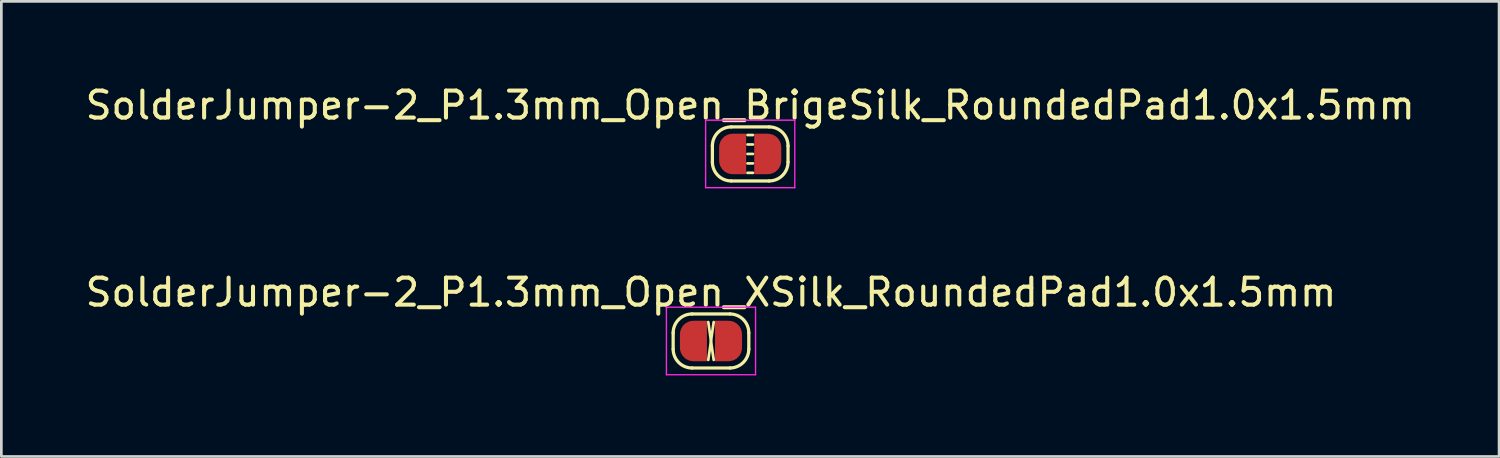
<source format=kicad_pcb>
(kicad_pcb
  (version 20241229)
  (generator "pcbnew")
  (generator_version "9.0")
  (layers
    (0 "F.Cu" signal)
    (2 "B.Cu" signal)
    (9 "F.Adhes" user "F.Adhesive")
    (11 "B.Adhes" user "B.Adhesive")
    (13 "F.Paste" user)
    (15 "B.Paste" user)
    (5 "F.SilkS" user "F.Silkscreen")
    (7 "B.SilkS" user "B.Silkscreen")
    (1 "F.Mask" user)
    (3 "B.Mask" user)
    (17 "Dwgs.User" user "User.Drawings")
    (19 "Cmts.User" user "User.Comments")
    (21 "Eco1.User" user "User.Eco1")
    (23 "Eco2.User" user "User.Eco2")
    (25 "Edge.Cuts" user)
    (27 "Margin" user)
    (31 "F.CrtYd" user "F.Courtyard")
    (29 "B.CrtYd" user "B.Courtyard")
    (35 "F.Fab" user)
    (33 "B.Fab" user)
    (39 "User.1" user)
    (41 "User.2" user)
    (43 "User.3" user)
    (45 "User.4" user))
  (footprint "SolderJumper-2_P1.3mm_Open_XSilk_RoundedPad1.0x1.5mm"
    (layer "F.Cu")
    (at 23.268 9.572)
    (property "Reference" "SolderJumper-2_P1.3mm_Open_XSilk_RoundedPad1.0x1.5mm" (at 0 -1.8 0) (layer "F.SilkS") (effects (font (size 1 1) (thickness 0.15))))
    (attr exclude_from_pos_files exclude_from_bom)
    (fp_line (start -1.4 0.3) (end -1.4 -0.3) (stroke (width 0.12) (type solid)) (layer "F.SilkS"))
    (fp_line (start -0.7 -1) (end 0.7 -1) (stroke (width 0.12) (type solid)) (layer "F.SilkS"))
    (fp_line (start -0.1 -0.7) (end 0.1 0.7) (stroke (width 0.1) (type default)) (layer "F.SilkS"))
    (fp_line (start -0.1 0.7) (end 0.1 -0.7) (stroke (width 0.1) (type default)) (layer "F.SilkS"))
    (fp_line (start 0.7 1) (end -0.7 1) (stroke (width 0.12) (type solid)) (layer "F.SilkS"))
    (fp_line (start 1.4 -0.3) (end 1.4 0.3) (stroke (width 0.12) (type solid)) (layer "F.SilkS"))
    (fp_arc (start -1.4 -0.3) (mid -1.194975 -0.794975) (end -0.7 -1) (stroke (width 0.12) (type solid)) (layer "F.SilkS"))
    (fp_arc (start -0.7 1) (mid -1.194975 0.794975) (end -1.4 0.3) (stroke (width 0.12) (type solid)) (layer "F.SilkS"))
    (fp_arc (start 0.7 -1) (mid 1.194975 -0.794975) (end 1.4 -0.3) (stroke (width 0.12) (type solid)) (layer "F.SilkS"))
    (fp_arc (start 1.4 0.3) (mid 1.194975 0.794975) (end 0.7 1) (stroke (width 0.12) (type solid)) (layer "F.SilkS"))
    (fp_line (start -1.65 -1.25) (end -1.65 1.25) (stroke (width 0.05) (type solid)) (layer "F.CrtYd"))
    (fp_line (start -1.65 -1.25) (end 1.65 -1.25) (stroke (width 0.05) (type solid)) (layer "F.CrtYd"))
    (fp_line (start 1.65 1.25) (end -1.65 1.25) (stroke (width 0.05) (type solid)) (layer "F.CrtYd"))
    (fp_line (start 1.65 1.25) (end 1.65 -1.25) (stroke (width 0.05) (type solid)) (layer "F.CrtYd"))
    (pad "1" smd custom (at -0.65 0) (size 1 0.5) (layers "F.Cu" "F.Mask") (options (anchor rect)) (primitives (gr_circle (center 0 0.25) (end 0.5 0.25) (width 0) (fill yes)) (gr_circle (center 0 -0.25) (end 0.5 -0.25) (width 0) (fill yes)) (gr_poly (pts (xy 0.5 0.75) (xy 0 0.75) (xy 0 -0.75) (xy 0.5 -0.75)) (width 0) (fill yes))))
    (pad "2" smd custom (at 0.65 0) (size 1 0.5) (layers "F.Cu" "F.Mask") (options (anchor rect)) (primitives (gr_circle (center 0 0.25) (end 0.5 0.25) (width 0) (fill yes)) (gr_circle (center 0 -0.25) (end 0.5 -0.25) (width 0) (fill yes)) (gr_poly (pts (xy 0 0.75) (xy -0.5 0.75) (xy -0.5 -0.75) (xy 0 -0.75)) (width 0) (fill yes)))))
  (footprint "SolderJumper-2_P1.3mm_Open_BrigeSilk_RoundedPad1.0x1.5mm"
    (layer "F.Cu")
    (at 24.72 2.648)
    (property "Reference" "SolderJumper-2_P1.3mm_Open_BrigeSilk_RoundedPad1.0x1.5mm" (at 0 -1.8 0) (layer "F.SilkS") (effects (font (size 1 1) (thickness 0.15))))
    (attr exclude_from_pos_files exclude_from_bom)
    (fp_line (start -1.4 0.3) (end -1.4 -0.3) (stroke (width 0.12) (type solid)) (layer "F.SilkS"))
    (fp_line (start -0.7 -1) (end 0.7 -1) (stroke (width 0.12) (type solid)) (layer "F.SilkS"))
    (fp_line (start -0.1 -0.7) (end 0.1 -0.7) (stroke (width 0.1) (type default)) (layer "F.SilkS"))
    (fp_line (start -0.1 -0.35) (end 0.1 -0.35) (stroke (width 0.1) (type default)) (layer "F.SilkS"))
    (fp_line (start -0.1 0) (end 0.1 0) (stroke (width 0.1) (type default)) (layer "F.SilkS"))
    (fp_line (start -0.1 0.35) (end 0.1 0.35) (stroke (width 0.1) (type default)) (layer "F.SilkS"))
    (fp_line (start -0.1 0.7) (end 0.1 0.7) (stroke (width 0.1) (type default)) (layer "F.SilkS"))
    (fp_line (start 0.7 1) (end -0.7 1) (stroke (width 0.12) (type solid)) (layer "F.SilkS"))
    (fp_line (start 1.4 -0.3) (end 1.4 0.3) (stroke (width 0.12) (type solid)) (layer "F.SilkS"))
    (fp_arc (start -1.4 -0.3) (mid -1.194975 -0.794975) (end -0.7 -1) (stroke (width 0.12) (type solid)) (layer "F.SilkS"))
    (fp_arc (start -0.7 1) (mid -1.194975 0.794975) (end -1.4 0.3) (stroke (width 0.12) (type solid)) (layer "F.SilkS"))
    (fp_arc (start 0.7 -1) (mid 1.194975 -0.794975) (end 1.4 -0.3) (stroke (width 0.12) (type solid)) (layer "F.SilkS"))
    (fp_arc (start 1.4 0.3) (mid 1.194975 0.794975) (end 0.7 1) (stroke (width 0.12) (type solid)) (layer "F.SilkS"))
    (fp_line (start -1.65 -1.25) (end -1.65 1.25) (stroke (width 0.05) (type solid)) (layer "F.CrtYd"))
    (fp_line (start -1.65 -1.25) (end 1.65 -1.25) (stroke (width 0.05) (type solid)) (layer "F.CrtYd"))
    (fp_line (start 1.65 1.25) (end -1.65 1.25) (stroke (width 0.05) (type solid)) (layer "F.CrtYd"))
    (fp_line (start 1.65 1.25) (end 1.65 -1.25) (stroke (width 0.05) (type solid)) (layer "F.CrtYd"))
    (pad "1" smd custom (at -0.65 0) (size 1 0.5) (layers "F.Cu" "F.Mask") (options (anchor rect)) (primitives (gr_circle (center 0 0.25) (end 0.5 0.25) (width 0) (fill yes)) (gr_circle (center 0 -0.25) (end 0.5 -0.25) (width 0) (fill yes)) (gr_poly (pts (xy 0.5 0.75) (xy 0 0.75) (xy 0 -0.75) (xy 0.5 -0.75)) (width 0) (fill yes))))
    (pad "2" smd custom (at 0.65 0) (size 1 0.5) (layers "F.Cu" "F.Mask") (options (anchor rect)) (primitives (gr_circle (center 0 0.25) (end 0.5 0.25) (width 0) (fill yes)) (gr_circle (center 0 -0.25) (end 0.5 -0.25) (width 0) (fill yes)) (gr_poly (pts (xy 0 0.75) (xy -0.5 0.75) (xy -0.5 -0.75) (xy 0 -0.75)) (width 0) (fill yes)))))
  (gr_rect
    (start -3 -3)
    (end 52.44 13.847)
    (stroke (width 0.1) (type default))
    (fill no)
    (layer "Edge.Cuts")))
</source>
